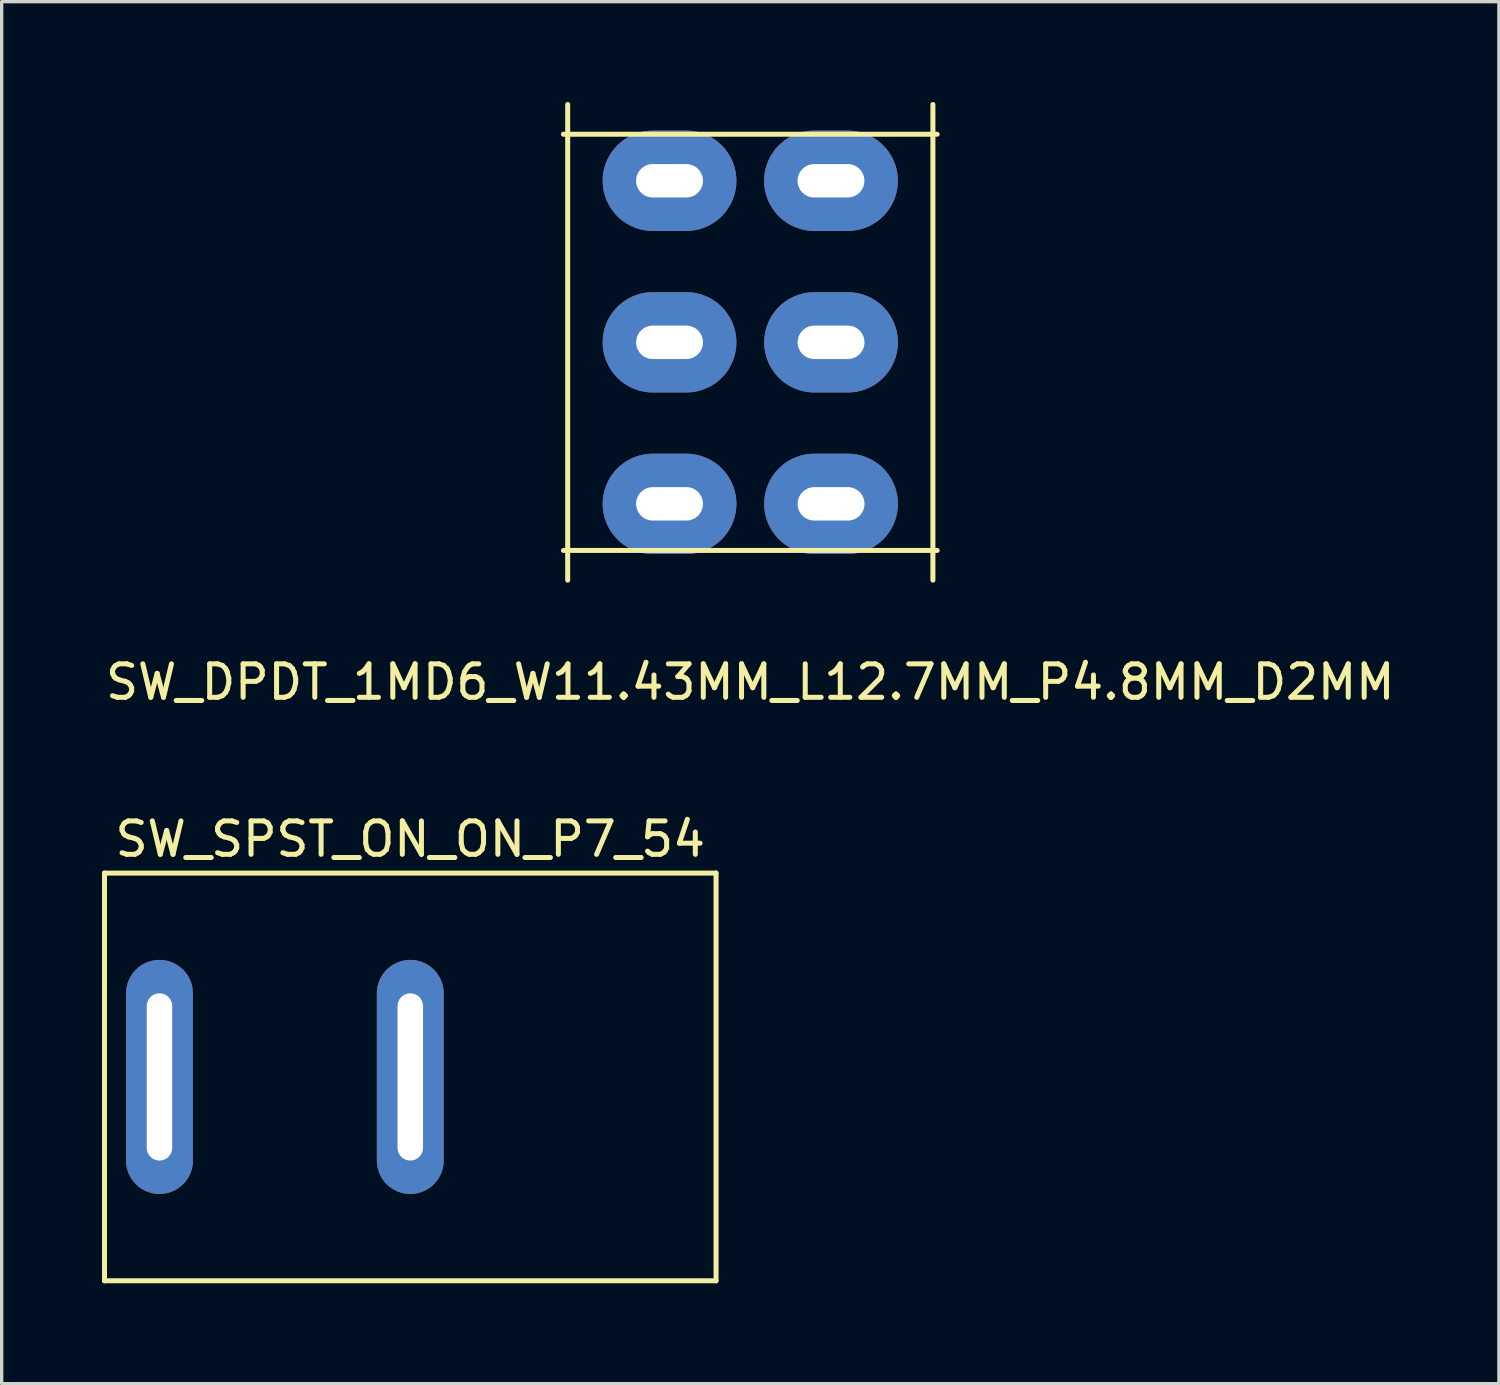
<source format=kicad_pcb>
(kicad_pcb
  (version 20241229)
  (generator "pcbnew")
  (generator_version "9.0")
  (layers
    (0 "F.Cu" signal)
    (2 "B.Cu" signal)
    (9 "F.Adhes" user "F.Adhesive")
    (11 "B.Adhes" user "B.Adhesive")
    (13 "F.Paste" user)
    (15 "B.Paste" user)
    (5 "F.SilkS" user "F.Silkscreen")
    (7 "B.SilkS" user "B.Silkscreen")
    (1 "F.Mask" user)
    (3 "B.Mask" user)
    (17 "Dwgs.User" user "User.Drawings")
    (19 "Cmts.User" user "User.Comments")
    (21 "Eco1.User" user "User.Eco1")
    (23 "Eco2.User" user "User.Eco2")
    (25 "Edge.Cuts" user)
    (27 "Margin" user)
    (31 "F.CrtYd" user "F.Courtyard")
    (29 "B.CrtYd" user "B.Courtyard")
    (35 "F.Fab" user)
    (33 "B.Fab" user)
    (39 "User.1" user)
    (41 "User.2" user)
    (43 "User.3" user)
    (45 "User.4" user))
  (footprint "SW_SPST_ON_ON_P7_54"
    (layer "F.Cu")
    (at 9.219 29.155)
    (property "Reference" "SW_SPST_ON_ON_P7_54" (at 0 -7.112 0) (layer "F.SilkS") (effects (font (size 1 1) (thickness 0.15))))
    (attr through_hole)
    (fp_line (start -9.144 -6.096) (end -9.144 6.096) (stroke (width 0.15) (type solid)) (layer "F.SilkS"))
    (fp_line (start 9.144 -6.096) (end -9.144 -6.096) (stroke (width 0.15) (type solid)) (layer "F.SilkS"))
    (fp_line (start 9.144 -6.096) (end 9.144 6.096) (stroke (width 0.15) (type solid)) (layer "F.SilkS"))
    (fp_line (start 9.144 6.096) (end -9.144 6.096) (stroke (width 0.15) (type solid)) (layer "F.SilkS"))
    (pad "1" thru_hole oval (at -7.5 0) (size 2 7) (drill oval 0.762 5) (layers "*.Cu" "*.Mask"))
    (pad "2" thru_hole oval (at 0 0) (size 2 7) (drill oval 0.762 5) (layers "*.Cu" "*.Mask")))
  (footprint "SW_DPDT_1MD6_W11.43MM_L12.7MM_P4.8MM_D2MM"
    (layer "F.Cu")
    (at 19.387 7.187)
    (property "Reference" "SW_DPDT_1MD6_W11.43MM_L12.7MM_P4.8MM_D2MM" (at 0 10.16 0) (layer "F.SilkS") (effects (font (size 1 1) (thickness 0.15))))
    (attr through_hole)
    (fp_line (start -5.588 -6.223) (end 5.588 -6.223) (stroke (width 0.15) (type solid)) (layer "F.SilkS"))
    (fp_line (start -5.588 6.223) (end 5.588 6.223) (stroke (width 0.15) (type solid)) (layer "F.SilkS"))
    (fp_line (start -5.461 7.112) (end -5.461 -7.112) (stroke (width 0.15) (type solid)) (layer "F.SilkS"))
    (fp_line (start 5.461 -7.112) (end 5.461 7.112) (stroke (width 0.15) (type solid)) (layer "F.SilkS"))
    (pad "1" thru_hole oval (at -2.415 4.83) (size 4 3) (drill oval 2 1) (layers "*.Cu" "*.Mask"))
    (pad "2" thru_hole oval (at -2.415 0) (size 4 3) (drill oval 2 1) (layers "*.Cu" "*.Mask"))
    (pad "3" thru_hole oval (at -2.415 -4.831) (size 4 3) (drill oval 2 1) (layers "*.Cu" "*.Mask"))
    (pad "4" thru_hole oval (at 2.415 4.83) (size 4 3) (drill oval 2 1) (layers "*.Cu" "*.Mask"))
    (pad "5" thru_hole oval (at 2.415 0) (size 4 3) (drill oval 2 1) (layers "*.Cu" "*.Mask"))
    (pad "6" thru_hole oval (at 2.413 -4.831) (size 4 3) (drill oval 2 1) (layers "*.Cu" "*.Mask")))
  (gr_rect
    (start -3 -3)
    (end 41.774 38.327)
    (stroke (width 0.1) (type default))
    (fill no)
    (layer "Edge.Cuts")))
</source>
